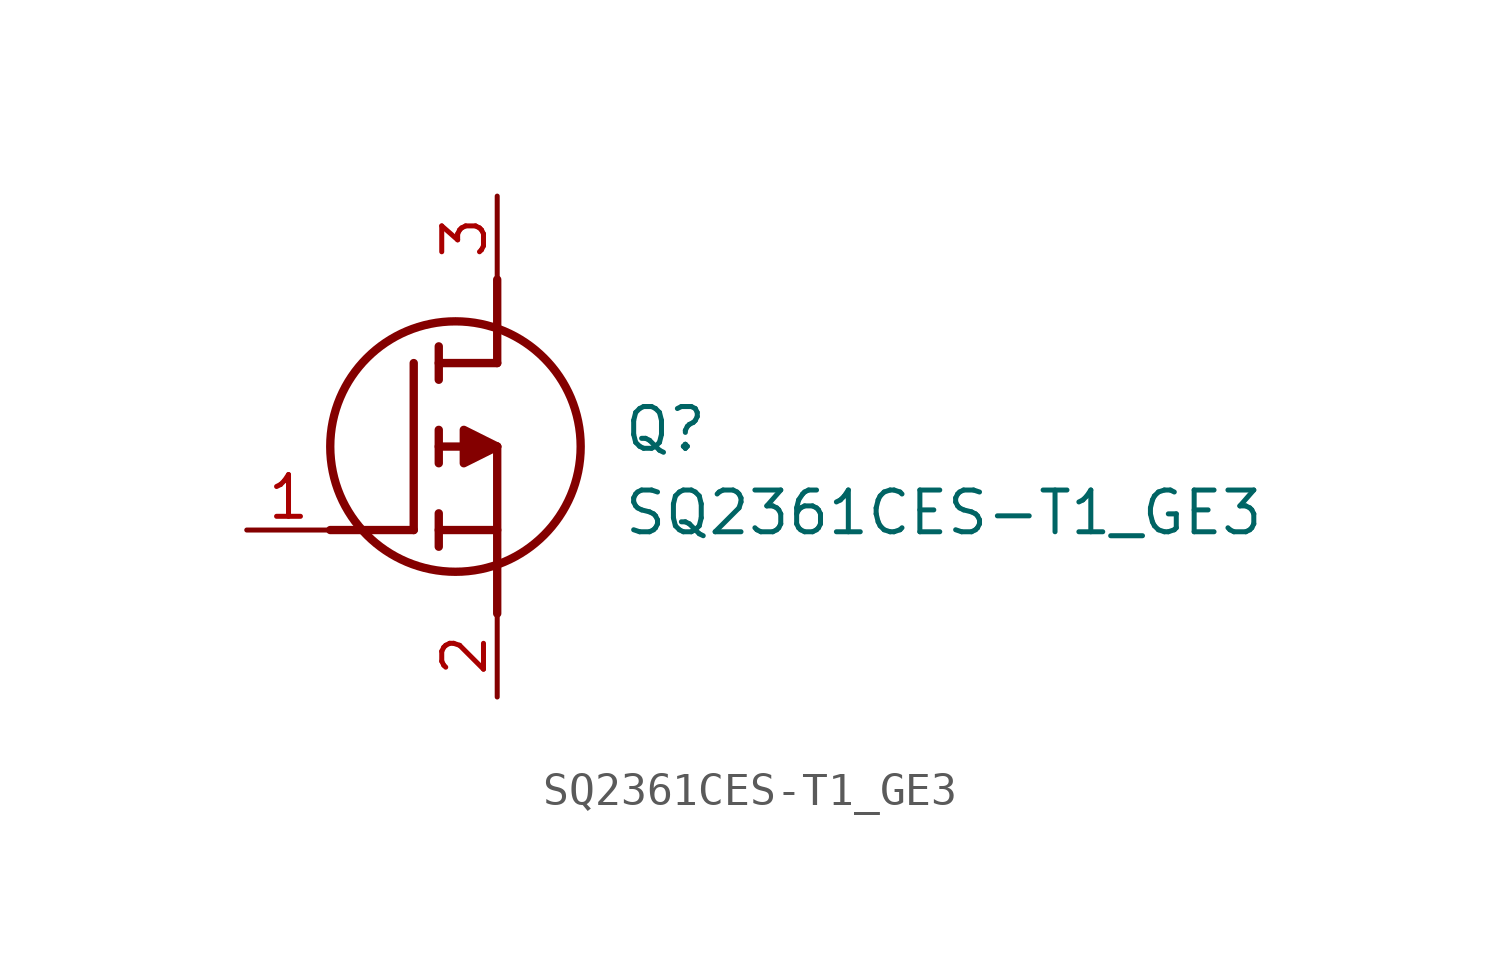
<source format=kicad_sym>
(kicad_symbol_lib
  (version 20211014)
  (generator SamacSys_ECAD_Model)
  (symbol "SQ2361CES-T1_GE3"
    (pin_names hide)
    (property "Reference" "Q"
      (at 11.43 3.81 0)
      (effects (font (size 1.27 1.27)) (justify left top)))
    (property "Value" "SQ2361CES-T1_GE3"
      (at 11.43 1.27 0)
      (effects (font (size 1.27 1.27)) (justify left top)))
    (polyline
      (pts (xy 7.62 2.54) (xy 7.62 -2.54))
      (stroke (width 0.254) (type default))
      (fill (type none)))
    (polyline
      (pts (xy 7.62 5.08) (xy 7.62 7.62))
      (stroke (width 0.254) (type default))
      (fill (type none)))
    (polyline
      (pts (xy 2.54 0) (xy 5.08 0))
      (stroke (width 0.254) (type default))
      (fill (type none)))
    (polyline
      (pts (xy 5.08 5.08) (xy 5.08 0))
      (stroke (width 0.254) (type default))
      (fill (type none)))
    (polyline
      (pts (xy 7.62 2.54) (xy 5.842 2.54))
      (stroke (width 0.254) (type default))
      (fill (type none)))
    (polyline
      (pts (xy 7.62 5.08) (xy 5.842 5.08))
      (stroke (width 0.254) (type default))
      (fill (type none)))
    (polyline
      (pts (xy 5.842 0) (xy 7.62 0))
      (stroke (width 0.254) (type default))
      (fill (type none)))
    (polyline
      (pts (xy 5.842 5.588) (xy 5.842 4.572))
      (stroke (width 0.254) (type default))
      (fill (type none)))
    (polyline
      (pts (xy 5.842 -0.508) (xy 5.842 0.508))
      (stroke (width 0.254) (type default))
      (fill (type none)))
    (polyline
      (pts (xy 5.842 2.032) (xy 5.842 3.048))
      (stroke (width 0.254) (type default))
      (fill (type none)))
    (circle
      (center 6.35 2.54)
      (radius 3.81)
      (stroke (width 0.254) (type default))
      (fill (type none)))
    (polyline
      (pts (xy 7.62 2.54) (xy 6.604 3.048) (xy 6.604 2.032) (xy 7.62 2.54))
      (stroke (width 0.254) (type default))
      (fill (type outline)))
    (pin passive line
      (at 0 0 0)
      (length 2.54)
      (name "G" (effects (font (size 1.27 1.27))))
      (number "1" (effects (font (size 1.27 1.27)))))
    (pin passive line
      (at 7.62 10.16 270)
      (length 2.54)
      (name "D" (effects (font (size 1.27 1.27))))
      (number "3" (effects (font (size 1.27 1.27)))))
    (pin passive line
      (at 7.62 -5.08 90)
      (length 2.54)
      (name "S" (effects (font (size 1.27 1.27))))
      (number "2" (effects (font (size 1.27 1.27)))))))
</source>
